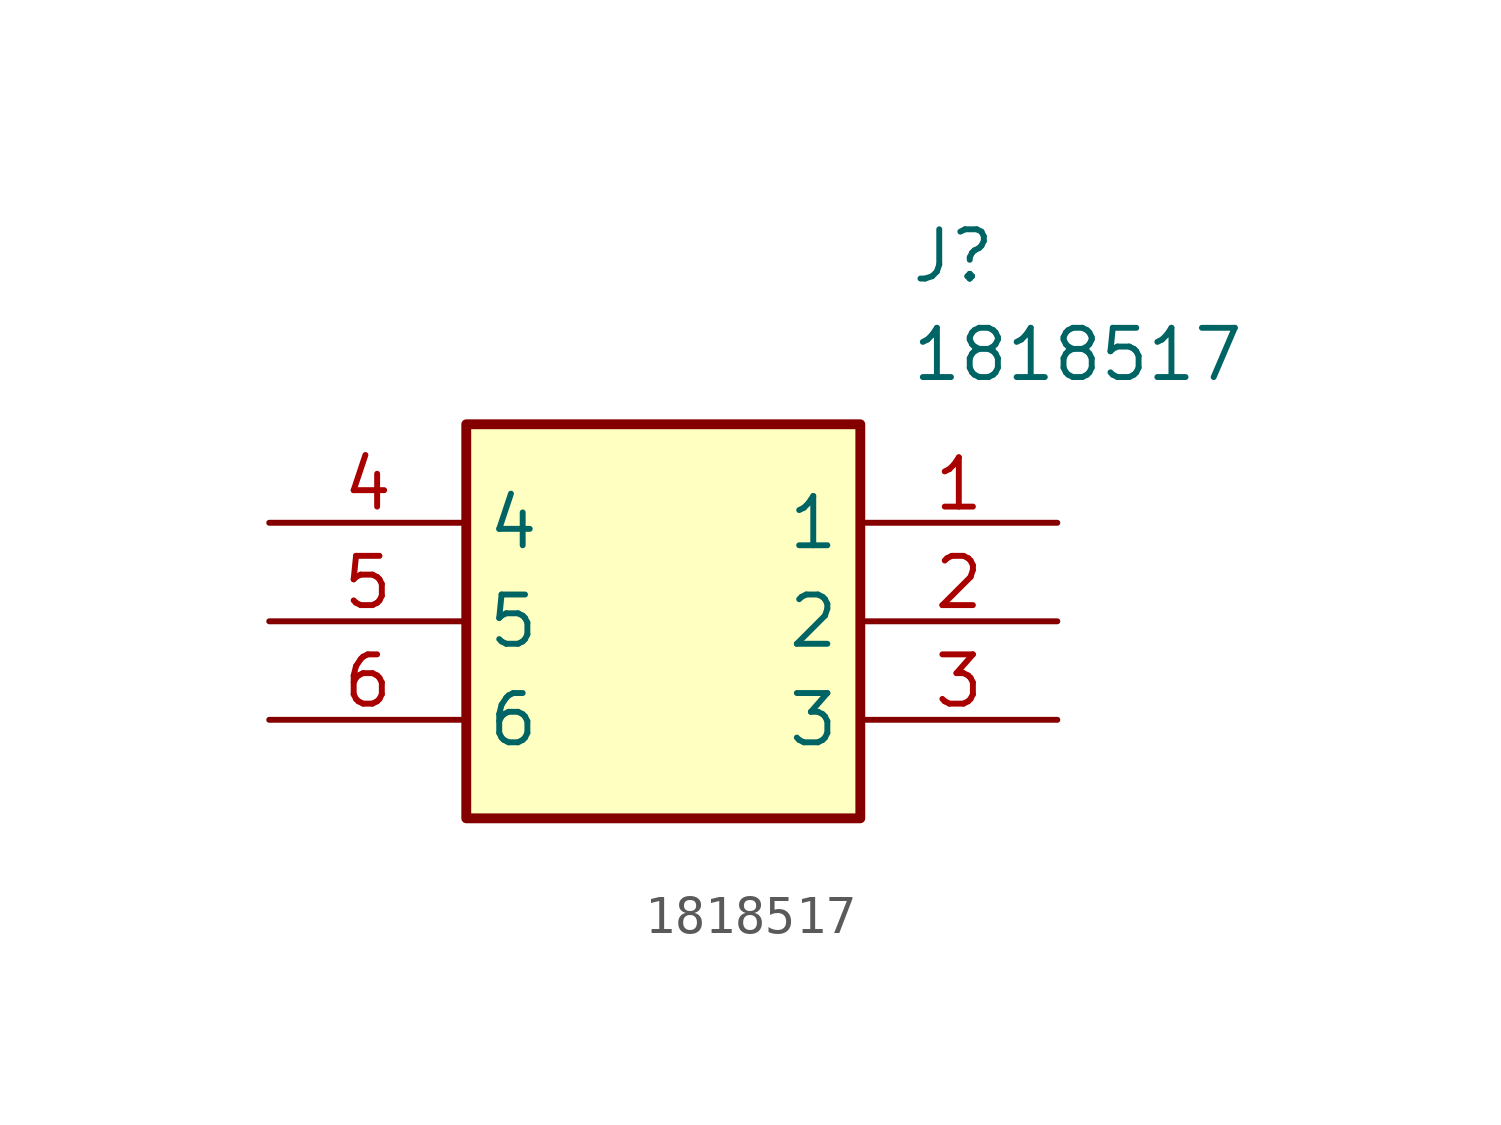
<source format=kicad_sym>
(kicad_symbol_lib
  (version 20211014)
  (generator SamacSys_ECAD_Model)
  (symbol "1818517"
    (property "Reference" "J"
      (at 16.51 7.62 0)
      (effects (font (size 1.27 1.27)) (justify left top)))
    (property "Value" "1818517"
      (at 16.51 5.08 0)
      (effects (font (size 1.27 1.27)) (justify left top)))
    (rectangle
      (start 5.08 2.54)
      (end 15.24 -7.62)
      (stroke (width 0.254) (type default))
      (fill (type background)))
    (pin passive line
      (at 20.32 0 180)
      (length 5.08)
      (name "1" (effects (font (size 1.27 1.27))))
      (number "1" (effects (font (size 1.27 1.27)))))
    (pin passive line
      (at 20.32 -2.54 180)
      (length 5.08)
      (name "2" (effects (font (size 1.27 1.27))))
      (number "2" (effects (font (size 1.27 1.27)))))
    (pin passive line
      (at 20.32 -5.08 180)
      (length 5.08)
      (name "3" (effects (font (size 1.27 1.27))))
      (number "3" (effects (font (size 1.27 1.27)))))
    (pin passive line
      (at 0 0 0)
      (length 5.08)
      (name "4" (effects (font (size 1.27 1.27))))
      (number "4" (effects (font (size 1.27 1.27)))))
    (pin passive line
      (at 0 -2.54 0)
      (length 5.08)
      (name "5" (effects (font (size 1.27 1.27))))
      (number "5" (effects (font (size 1.27 1.27)))))
    (pin passive line
      (at 0 -5.08 0)
      (length 5.08)
      (name "6" (effects (font (size 1.27 1.27))))
      (number "6" (effects (font (size 1.27 1.27)))))))
</source>
